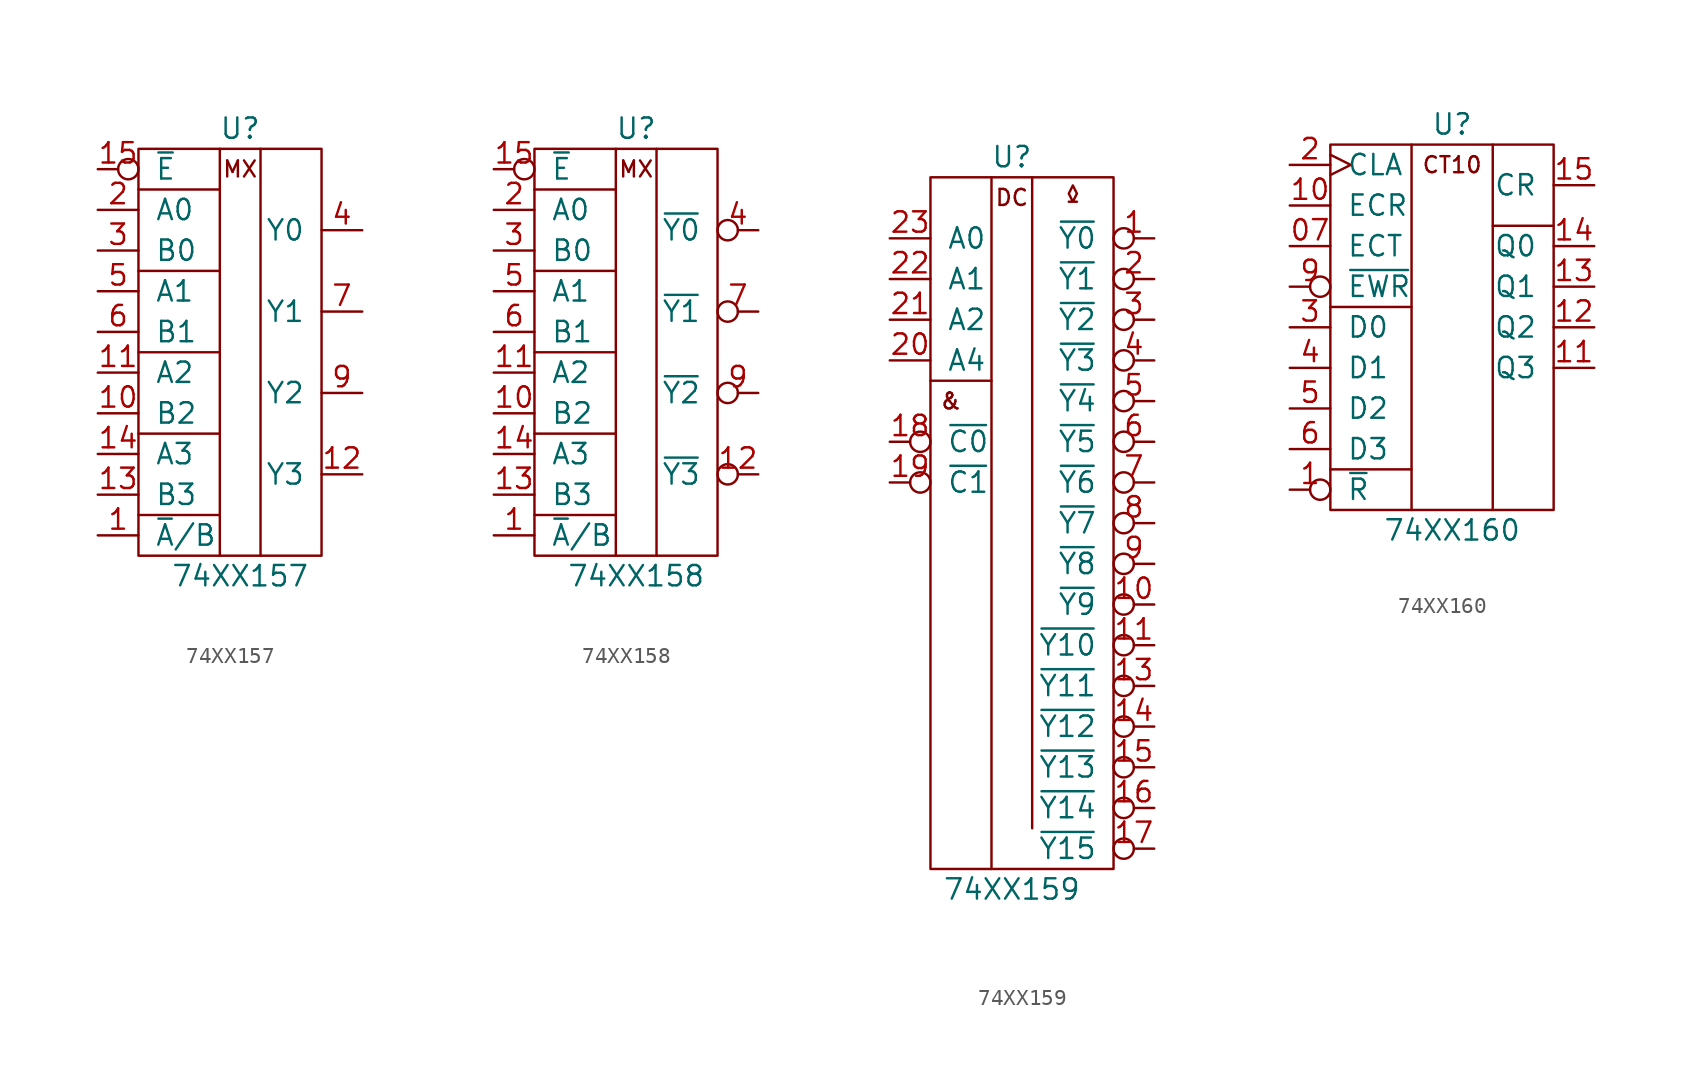
<source format=kicad_sym>
(kicad_symbol_lib
  (version 20211014)
  (generator kicad_symbol_editor)
  (symbol "74XX157"
    (pin_names
      (offset 1.016))
    (property "Reference" "U"
      (at 0 13.97 0)
      (effects (font (size 1.27 1.27))))
    (property "Value" "74XX157"
      (at 0 -13.97 0)
      (effects (font (size 1.27 1.27))))
    (symbol "74XX157_0_0"
      (text "MX" (at 0 11.43 0) (effects (font (size 1 1)))))
    (symbol "74XX157_0_1"
      (rectangle (start -6.35 -12.7) (end 5.08 12.7) (stroke (width 0) (type default) (color 0 0 0 0)) (fill (type none)))
      (polyline (pts (xy -6.35 -10.16) (xy -1.27 -10.16)) (stroke (width 0) (type default) (color 0 0 0 0)) (fill (type none)))
      (polyline (pts (xy -6.35 -5.08) (xy -1.27 -5.08)) (stroke (width 0) (type default) (color 0 0 0 0)) (fill (type none)))
      (polyline (pts (xy -6.35 5.08) (xy -1.27 5.08)) (stroke (width 0) (type default) (color 0 0 0 0)) (fill (type none)))
      (polyline (pts (xy -6.35 10.16) (xy -1.27 10.16)) (stroke (width 0) (type default) (color 0 0 0 0)) (fill (type none)))
      (polyline (pts (xy -1.27 0) (xy -6.35 0)) (stroke (width 0) (type default) (color 0 0 0 0)) (fill (type none)))
      (polyline (pts (xy -1.27 12.7) (xy -1.27 -12.7)) (stroke (width 0) (type default) (color 0 0 0 0)) (fill (type none)))
      (polyline (pts (xy 1.27 -12.7) (xy 1.27 12.7)) (stroke (width 0) (type default) (color 0 0 0 0)) (fill (type none)))
      (pin power_in line (at 5.08 12.7 180) (length 0) hide (name "VCC" (effects (font (size 1.27 1.27)))) (number "16" (effects (font (size 1.27 1.27)))))
      (pin power_in line (at 5.08 -12.7 180) (length 0) hide (name "GND" (effects (font (size 1.27 1.27)))) (number "8" (effects (font (size 1.27 1.27))))))
    (symbol "74XX157_1_1"
      (pin input line (at -8.89 -11.43 0) (length 2.54) (name "~{A}/B" (effects (font (size 1.27 1.27)))) (number "1" (effects (font (size 1.27 1.27)))))
      (pin input line (at -8.89 -3.81 0) (length 2.54) (name "B2" (effects (font (size 1.27 1.27)))) (number "10" (effects (font (size 1.27 1.27)))))
      (pin input line (at -8.89 -1.27 0) (length 2.54) (name "A2" (effects (font (size 1.27 1.27)))) (number "11" (effects (font (size 1.27 1.27)))))
      (pin output line (at 7.62 -7.62 180) (length 2.54) (name "Y3" (effects (font (size 1.27 1.27)))) (number "12" (effects (font (size 1.27 1.27)))))
      (pin input line (at -8.89 -8.89 0) (length 2.54) (name "B3" (effects (font (size 1.27 1.27)))) (number "13" (effects (font (size 1.27 1.27)))))
      (pin input line (at -8.89 -6.35 0) (length 2.54) (name "A3" (effects (font (size 1.27 1.27)))) (number "14" (effects (font (size 1.27 1.27)))))
      (pin input inverted (at -8.89 11.43 0) (length 2.54) (name "~{E}" (effects (font (size 1.27 1.27)))) (number "15" (effects (font (size 1.27 1.27)))))
      (pin input line (at -8.89 8.89 0) (length 2.54) (name "A0" (effects (font (size 1.27 1.27)))) (number "2" (effects (font (size 1.27 1.27)))))
      (pin input line (at -8.89 6.35 0) (length 2.54) (name "B0" (effects (font (size 1.27 1.27)))) (number "3" (effects (font (size 1.27 1.27)))))
      (pin output line (at 7.62 7.62 180) (length 2.54) (name "Y0" (effects (font (size 1.27 1.27)))) (number "4" (effects (font (size 1.27 1.27)))))
      (pin input line (at -8.89 3.81 0) (length 2.54) (name "A1" (effects (font (size 1.27 1.27)))) (number "5" (effects (font (size 1.27 1.27)))))
      (pin input line (at -8.89 1.27 0) (length 2.54) (name "B1" (effects (font (size 1.27 1.27)))) (number "6" (effects (font (size 1.27 1.27)))))
      (pin output line (at 7.62 2.54 180) (length 2.54) (name "Y1" (effects (font (size 1.27 1.27)))) (number "7" (effects (font (size 1.27 1.27)))))
      (pin output line (at 7.62 -2.54 180) (length 2.54) (name "Y2" (effects (font (size 1.27 1.27)))) (number "9" (effects (font (size 1.27 1.27)))))))
  (symbol "74XX158"
    (pin_names
      (offset 1.016))
    (property "Reference" "U"
      (at 0 13.97 0)
      (effects (font (size 1.27 1.27))))
    (property "Value" "74XX158"
      (at 0 -13.97 0)
      (effects (font (size 1.27 1.27))))
    (symbol "74XX158_0_0"
      (text "MX" (at 0 11.43 0) (effects (font (size 1 1)))))
    (symbol "74XX158_0_1"
      (rectangle (start -6.35 -12.7) (end 5.08 12.7) (stroke (width 0) (type default) (color 0 0 0 0)) (fill (type none)))
      (polyline (pts (xy -6.35 -10.16) (xy -1.27 -10.16)) (stroke (width 0) (type default) (color 0 0 0 0)) (fill (type none)))
      (polyline (pts (xy -6.35 -5.08) (xy -1.27 -5.08)) (stroke (width 0) (type default) (color 0 0 0 0)) (fill (type none)))
      (polyline (pts (xy -6.35 5.08) (xy -1.27 5.08)) (stroke (width 0) (type default) (color 0 0 0 0)) (fill (type none)))
      (polyline (pts (xy -6.35 10.16) (xy -1.27 10.16)) (stroke (width 0) (type default) (color 0 0 0 0)) (fill (type none)))
      (polyline (pts (xy -1.27 0) (xy -6.35 0)) (stroke (width 0) (type default) (color 0 0 0 0)) (fill (type none)))
      (polyline (pts (xy -1.27 12.7) (xy -1.27 -12.7)) (stroke (width 0) (type default) (color 0 0 0 0)) (fill (type none)))
      (polyline (pts (xy 1.27 -12.7) (xy 1.27 12.7)) (stroke (width 0) (type default) (color 0 0 0 0)) (fill (type none)))
      (pin power_in line (at 5.08 12.7 180) (length 0) hide (name "VCC" (effects (font (size 1.27 1.27)))) (number "16" (effects (font (size 1.27 1.27)))))
      (pin power_in line (at 5.08 -12.7 180) (length 0) hide (name "GND" (effects (font (size 1.27 1.27)))) (number "8" (effects (font (size 1.27 1.27))))))
    (symbol "74XX158_1_1"
      (pin input line (at -8.89 -11.43 0) (length 2.54) (name "~{A}/B" (effects (font (size 1.27 1.27)))) (number "1" (effects (font (size 1.27 1.27)))))
      (pin input line (at -8.89 -3.81 0) (length 2.54) (name "B2" (effects (font (size 1.27 1.27)))) (number "10" (effects (font (size 1.27 1.27)))))
      (pin input line (at -8.89 -1.27 0) (length 2.54) (name "A2" (effects (font (size 1.27 1.27)))) (number "11" (effects (font (size 1.27 1.27)))))
      (pin output inverted (at 7.62 -7.62 180) (length 2.54) (name "~{Y3}" (effects (font (size 1.27 1.27)))) (number "12" (effects (font (size 1.27 1.27)))))
      (pin input line (at -8.89 -8.89 0) (length 2.54) (name "B3" (effects (font (size 1.27 1.27)))) (number "13" (effects (font (size 1.27 1.27)))))
      (pin input line (at -8.89 -6.35 0) (length 2.54) (name "A3" (effects (font (size 1.27 1.27)))) (number "14" (effects (font (size 1.27 1.27)))))
      (pin input inverted (at -8.89 11.43 0) (length 2.54) (name "~{E}" (effects (font (size 1.27 1.27)))) (number "15" (effects (font (size 1.27 1.27)))))
      (pin input line (at -8.89 8.89 0) (length 2.54) (name "A0" (effects (font (size 1.27 1.27)))) (number "2" (effects (font (size 1.27 1.27)))))
      (pin input line (at -8.89 6.35 0) (length 2.54) (name "B0" (effects (font (size 1.27 1.27)))) (number "3" (effects (font (size 1.27 1.27)))))
      (pin output inverted (at 7.62 7.62 180) (length 2.54) (name "~{Y0}" (effects (font (size 1.27 1.27)))) (number "4" (effects (font (size 1.27 1.27)))))
      (pin input line (at -8.89 3.81 0) (length 2.54) (name "A1" (effects (font (size 1.27 1.27)))) (number "5" (effects (font (size 1.27 1.27)))))
      (pin input line (at -8.89 1.27 0) (length 2.54) (name "B1" (effects (font (size 1.27 1.27)))) (number "6" (effects (font (size 1.27 1.27)))))
      (pin output inverted (at 7.62 2.54 180) (length 2.54) (name "~{Y1}" (effects (font (size 1.27 1.27)))) (number "7" (effects (font (size 1.27 1.27)))))
      (pin output inverted (at 7.62 -2.54 180) (length 2.54) (name "~{Y2}" (effects (font (size 1.27 1.27)))) (number "9" (effects (font (size 1.27 1.27)))))))
  (symbol "74XX159"
    (pin_names
      (offset 1.016))
    (property "Reference" "U"
      (at 0 24.13 0)
      (effects (font (size 1.27 1.27))))
    (property "Value" "74XX159"
      (at 0 -21.59 0)
      (effects (font (size 1.27 1.27))))
    (symbol "74XX159_0_0"
      (text "&" (at -3.81 8.89 0) (effects (font (size 1 1))))
      (text "DC" (at 0 21.59 0) (effects (font (size 1 1)))))
    (symbol "74XX159_0_1"
      (rectangle (start -5.08 22.86) (end 6.35 -20.32) (stroke (width 0) (type default) (color 0 0 0 0)) (fill (type none)))
      (polyline (pts (xy -5.08 10.16) (xy -1.27 10.16)) (stroke (width 0) (type default) (color 0 0 0 0)) (fill (type none)))
      (polyline (pts (xy -1.27 22.86) (xy -1.27 -20.32)) (stroke (width 0) (type default) (color 0 0 0 0)) (fill (type none)))
      (polyline (pts (xy 1.27 22.86) (xy 1.27 -17.78)) (stroke (width 0) (type default) (color 0 0 0 0)) (fill (type none)))
      (pin power_in line (at 6.35 -20.32 180) (length 0) hide (name "GND" (effects (font (size 1.27 1.27)))) (number "12" (effects (font (size 1.27 1.27)))))
      (pin power_in line (at 6.35 22.86 180) (length 0) hide (name "VСС" (effects (font (size 1.27 1.27)))) (number "24" (effects (font (size 1.27 1.27))))))
    (symbol "74XX159_1_1"
      (polyline (pts (xy 3.81 21.336) (xy 3.556 21.844) (xy 3.81 22.352) (xy 4.064 21.844) (xy 3.81 21.336) (xy 3.556 21.336) (xy 4.064 21.336)) (stroke (width 0) (type default) (color 0 0 0 0)) (fill (type none)))
      (pin open_collector inverted (at 8.89 19.05 180) (length 2.54) (name "~{Y0}" (effects (font (size 1.27 1.27)))) (number "1" (effects (font (size 1.27 1.27)))))
      (pin open_collector inverted (at 8.89 -3.81 180) (length 2.54) (name "~{Y9}" (effects (font (size 1.27 1.27)))) (number "10" (effects (font (size 1.27 1.27)))))
      (pin open_collector inverted (at 8.89 -6.35 180) (length 2.54) (name "~{Y10}" (effects (font (size 1.27 1.27)))) (number "11" (effects (font (size 1.27 1.27)))))
      (pin open_collector inverted (at 8.89 -8.89 180) (length 2.54) (name "~{Y11}" (effects (font (size 1.27 1.27)))) (number "13" (effects (font (size 1.27 1.27)))))
      (pin open_collector inverted (at 8.89 -11.43 180) (length 2.54) (name "~{Y12}" (effects (font (size 1.27 1.27)))) (number "14" (effects (font (size 1.27 1.27)))))
      (pin open_collector inverted (at 8.89 -13.97 180) (length 2.54) (name "~{Y13}" (effects (font (size 1.27 1.27)))) (number "15" (effects (font (size 1.27 1.27)))))
      (pin open_collector inverted (at 8.89 -16.51 180) (length 2.54) (name "~{Y14}" (effects (font (size 1.27 1.27)))) (number "16" (effects (font (size 1.27 1.27)))))
      (pin open_collector inverted (at 8.89 -19.05 180) (length 2.54) (name "~{Y15}" (effects (font (size 1.27 1.27)))) (number "17" (effects (font (size 1.27 1.27)))))
      (pin input inverted (at -7.62 6.35 0) (length 2.54) (name "~{C0}" (effects (font (size 1.27 1.27)))) (number "18" (effects (font (size 1.27 1.27)))))
      (pin input inverted (at -7.62 3.81 0) (length 2.54) (name "~{C1}" (effects (font (size 1.27 1.27)))) (number "19" (effects (font (size 1.27 1.27)))))
      (pin open_collector inverted (at 8.89 16.51 180) (length 2.54) (name "~{Y1}" (effects (font (size 1.27 1.27)))) (number "2" (effects (font (size 1.27 1.27)))))
      (pin input line (at -7.62 11.43 0) (length 2.54) (name "A4" (effects (font (size 1.27 1.27)))) (number "20" (effects (font (size 1.27 1.27)))))
      (pin input line (at -7.62 13.97 0) (length 2.54) (name "A2" (effects (font (size 1.27 1.27)))) (number "21" (effects (font (size 1.27 1.27)))))
      (pin input line (at -7.62 16.51 0) (length 2.54) (name "A1" (effects (font (size 1.27 1.27)))) (number "22" (effects (font (size 1.27 1.27)))))
      (pin input line (at -7.62 19.05 0) (length 2.54) (name "A0" (effects (font (size 1.27 1.27)))) (number "23" (effects (font (size 1.27 1.27)))))
      (pin open_collector inverted (at 8.89 13.97 180) (length 2.54) (name "~{Y2}" (effects (font (size 1.27 1.27)))) (number "3" (effects (font (size 1.27 1.27)))))
      (pin open_collector inverted (at 8.89 11.43 180) (length 2.54) (name "~{Y3}" (effects (font (size 1.27 1.27)))) (number "4" (effects (font (size 1.27 1.27)))))
      (pin open_collector inverted (at 8.89 8.89 180) (length 2.54) (name "~{Y4}" (effects (font (size 1.27 1.27)))) (number "5" (effects (font (size 1.27 1.27)))))
      (pin open_collector inverted (at 8.89 6.35 180) (length 2.54) (name "~{Y5}" (effects (font (size 1.27 1.27)))) (number "6" (effects (font (size 1.27 1.27)))))
      (pin open_collector inverted (at 8.89 3.81 180) (length 2.54) (name "~{Y6}" (effects (font (size 1.27 1.27)))) (number "7" (effects (font (size 1.27 1.27)))))
      (pin open_collector inverted (at 8.89 1.27 180) (length 2.54) (name "~{Y7}" (effects (font (size 1.27 1.27)))) (number "8" (effects (font (size 1.27 1.27)))))
      (pin open_collector inverted (at 8.89 -1.27 180) (length 2.54) (name "~{Y8}" (effects (font (size 1.27 1.27)))) (number "9" (effects (font (size 1.27 1.27)))))))
  (symbol "74XX160"
    (pin_names
      (offset 1.016))
    (property "Reference" "U"
      (at 0 12.7 0)
      (effects (font (size 1.27 1.27))))
    (property "Value" "74XX160"
      (at 0 -12.7 0)
      (effects (font (size 1.27 1.27))))
    (symbol "74XX160_0_0"
      (polyline (pts (xy 2.54 6.35) (xy 6.35 6.35)) (stroke (width 0) (type default) (color 0 0 0 0)) (fill (type none)))
      (text "CT10" (at 0 10.16 0) (effects (font (size 1 1)))))
    (symbol "74XX160_0_1"
      (rectangle (start -7.62 -11.43) (end 6.35 11.43) (stroke (width 0) (type default) (color 0 0 0 0)) (fill (type none)))
      (polyline (pts (xy -7.62 -8.89) (xy -2.54 -8.89)) (stroke (width 0) (type default) (color 0 0 0 0)) (fill (type none)))
      (polyline (pts (xy -7.62 1.27) (xy -2.54 1.27)) (stroke (width 0) (type default) (color 0 0 0 0)) (fill (type none)))
      (polyline (pts (xy -2.54 11.43) (xy -2.54 -11.43)) (stroke (width 0) (type default) (color 0 0 0 0)) (fill (type none)))
      (polyline (pts (xy 2.54 11.43) (xy 2.54 -11.43)) (stroke (width 0) (type default) (color 0 0 0 0)) (fill (type none)))
      (pin power_in line (at 6.35 11.43 180) (length 0) hide (name "VCC" (effects (font (size 1.27 1.27)))) (number "16" (effects (font (size 1.27 1.27)))))
      (pin power_in line (at 6.35 -11.43 180) (length 0) hide (name "GND" (effects (font (size 1.27 1.27)))) (number "8" (effects (font (size 1.27 1.27))))))
    (symbol "74XX160_1_1"
      (pin input line (at -10.16 5.08 0) (length 2.54) (name "ECT" (effects (font (size 1.27 1.27)))) (number "07" (effects (font (size 1.27 1.27)))))
      (pin input inverted (at -10.16 -10.16 0) (length 2.54) (name "~{R}" (effects (font (size 1.27 1.27)))) (number "1" (effects (font (size 1.27 1.27)))))
      (pin input line (at -10.16 7.62 0) (length 2.54) (name "ECR" (effects (font (size 1.27 1.27)))) (number "10" (effects (font (size 1.27 1.27)))))
      (pin output line (at 8.89 -2.54 180) (length 2.54) (name "Q3" (effects (font (size 1.27 1.27)))) (number "11" (effects (font (size 1.27 1.27)))))
      (pin output line (at 8.89 0 180) (length 2.54) (name "Q2" (effects (font (size 1.27 1.27)))) (number "12" (effects (font (size 1.27 1.27)))))
      (pin output line (at 8.89 2.54 180) (length 2.54) (name "Q1" (effects (font (size 1.27 1.27)))) (number "13" (effects (font (size 1.27 1.27)))))
      (pin output line (at 8.89 5.08 180) (length 2.54) (name "Q0" (effects (font (size 1.27 1.27)))) (number "14" (effects (font (size 1.27 1.27)))))
      (pin output line (at 8.89 8.89 180) (length 2.54) (name "CR" (effects (font (size 1.27 1.27)))) (number "15" (effects (font (size 1.27 1.27)))))
      (pin input clock (at -10.16 10.16 0) (length 2.54) (name "CLA" (effects (font (size 1.27 1.27)))) (number "2" (effects (font (size 1.27 1.27)))))
      (pin input line (at -10.16 0 0) (length 2.54) (name "D0" (effects (font (size 1.27 1.27)))) (number "3" (effects (font (size 1.27 1.27)))))
      (pin input line (at -10.16 -2.54 0) (length 2.54) (name "D1" (effects (font (size 1.27 1.27)))) (number "4" (effects (font (size 1.27 1.27)))))
      (pin input line (at -10.16 -5.08 0) (length 2.54) (name "D2" (effects (font (size 1.27 1.27)))) (number "5" (effects (font (size 1.27 1.27)))))
      (pin input line (at -10.16 -7.62 0) (length 2.54) (name "D3" (effects (font (size 1.27 1.27)))) (number "6" (effects (font (size 1.27 1.27)))))
      (pin input inverted (at -10.16 2.54 0) (length 2.54) (name "~{EWR}" (effects (font (size 1.27 1.27)))) (number "9" (effects (font (size 1.27 1.27))))))))
</source>
